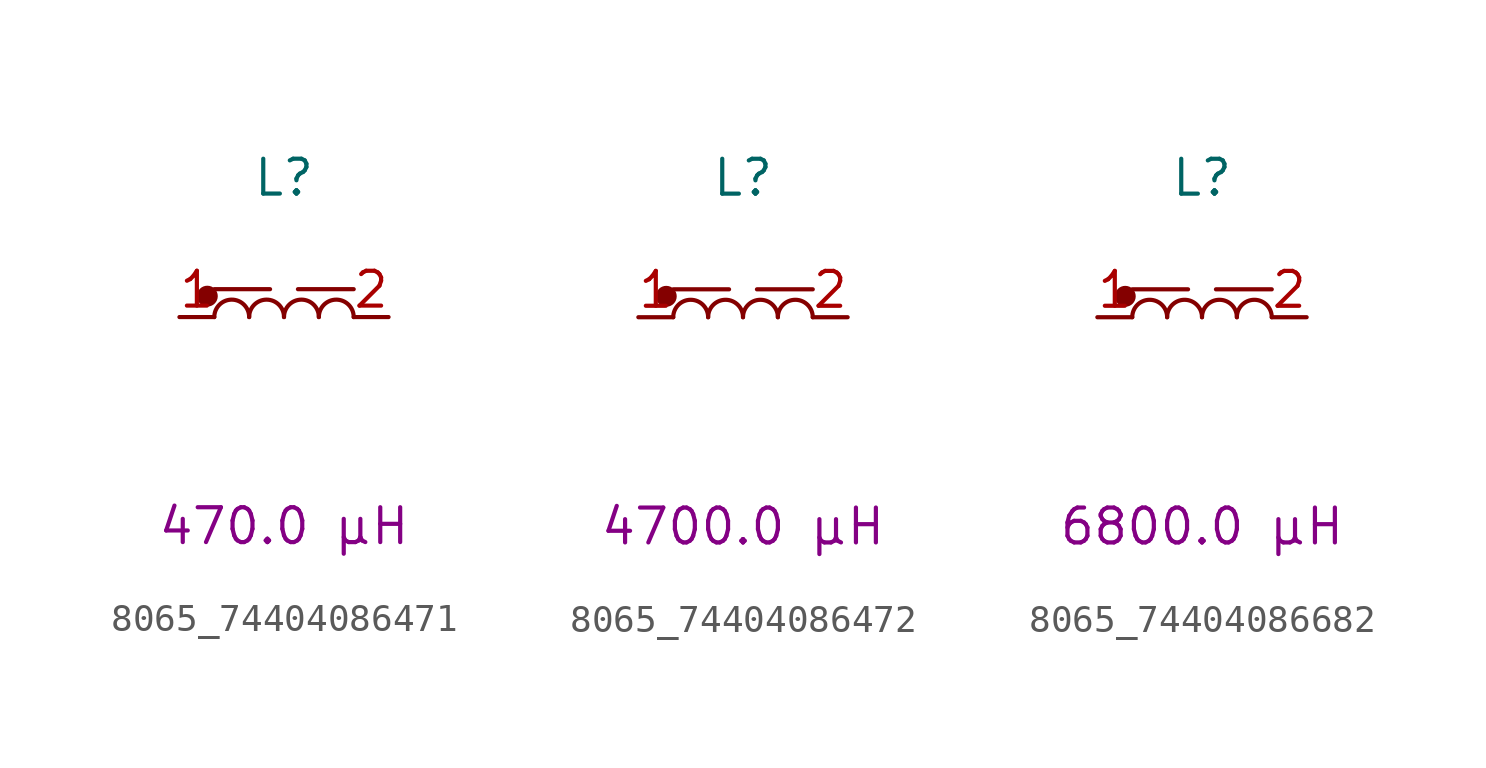
<source format=kicad_sym>
(kicad_symbol_lib
  (version 20220914)
  (generator kicad_symbol_editor)
  (symbol "8065_74404086471"
    (pin_names hide)
    (property "Reference" "L"
      (at 0 5.08 0)
      (effects (font (size 1.27 1.27))))
    (property "Critical Parameter" "470.0 µH"
      (at 0 -7.62 0)
      (effects (font (size 1.27 1.27))))
    (symbol "8065_74404086471_0_1"
      (arc (start -1.27 0) (mid -1.905 0.6323) (end -2.54 0) (stroke (width 0) (type default)) (fill (type none)))
      (arc (start 0 0) (mid -0.635 0.6323) (end -1.27 0) (stroke (width 0) (type default)) (fill (type none)))
      (polyline (pts (xy -2.54 1.016) (xy -0.508 1.016)) (stroke (width 0) (type default)) (fill (type none)))
      (arc (start 1.27 0) (mid 0.635 0.6323) (end 0 0) (stroke (width 0) (type default)) (fill (type none)))
      (arc (start 2.54 0) (mid 1.905 0.6323) (end 1.27 0) (stroke (width 0) (type default)) (fill (type none))))
    (symbol "8065_74404086471_1_1"
      (circle (center -2.794 0.762) (radius 0.0001) (stroke (width 0.381) (type default)) (fill (type none)))
      (polyline (pts (xy 2.54 1.016) (xy 0.508 1.016)) (stroke (width 0) (type default)) (fill (type none)))
      (pin passive line (at -3.81 0 0) (length 1.27) (name "1" (effects (font (size 1.27 1.27)))) (number "1" (effects (font (size 1.27 1.27)))))
      (pin passive line (at 3.81 0 180) (length 1.27) (name "2" (effects (font (size 1.27 1.27)))) (number "2" (effects (font (size 1.27 1.27)))))))
  (symbol "8065_74404086472"
    (pin_names hide)
    (property "Reference" "L"
      (at 0 5.08 0)
      (effects (font (size 1.27 1.27))))
    (property "Critical Parameter" "4700.0 µH"
      (at 0 -7.62 0)
      (effects (font (size 1.27 1.27))))
    (symbol "8065_74404086472_0_1"
      (arc (start -1.27 0) (mid -1.905 0.6323) (end -2.54 0) (stroke (width 0) (type default)) (fill (type none)))
      (arc (start 0 0) (mid -0.635 0.6323) (end -1.27 0) (stroke (width 0) (type default)) (fill (type none)))
      (polyline (pts (xy -2.54 1.016) (xy -0.508 1.016)) (stroke (width 0) (type default)) (fill (type none)))
      (arc (start 1.27 0) (mid 0.635 0.6323) (end 0 0) (stroke (width 0) (type default)) (fill (type none)))
      (arc (start 2.54 0) (mid 1.905 0.6323) (end 1.27 0) (stroke (width 0) (type default)) (fill (type none))))
    (symbol "8065_74404086472_1_1"
      (circle (center -2.794 0.762) (radius 0.0001) (stroke (width 0.381) (type default)) (fill (type none)))
      (polyline (pts (xy 2.54 1.016) (xy 0.508 1.016)) (stroke (width 0) (type default)) (fill (type none)))
      (pin passive line (at -3.81 0 0) (length 1.27) (name "1" (effects (font (size 1.27 1.27)))) (number "1" (effects (font (size 1.27 1.27)))))
      (pin passive line (at 3.81 0 180) (length 1.27) (name "2" (effects (font (size 1.27 1.27)))) (number "2" (effects (font (size 1.27 1.27)))))))
  (symbol "8065_74404086682"
    (pin_names hide)
    (property "Reference" "L"
      (at 0 5.08 0)
      (effects (font (size 1.27 1.27))))
    (property "Critical Parameter" "6800.0 µH"
      (at 0 -7.62 0)
      (effects (font (size 1.27 1.27))))
    (symbol "8065_74404086682_0_1"
      (arc (start -1.27 0) (mid -1.905 0.6323) (end -2.54 0) (stroke (width 0) (type default)) (fill (type none)))
      (arc (start 0 0) (mid -0.635 0.6323) (end -1.27 0) (stroke (width 0) (type default)) (fill (type none)))
      (polyline (pts (xy -2.54 1.016) (xy -0.508 1.016)) (stroke (width 0) (type default)) (fill (type none)))
      (arc (start 1.27 0) (mid 0.635 0.6323) (end 0 0) (stroke (width 0) (type default)) (fill (type none)))
      (arc (start 2.54 0) (mid 1.905 0.6323) (end 1.27 0) (stroke (width 0) (type default)) (fill (type none))))
    (symbol "8065_74404086682_1_1"
      (circle (center -2.794 0.762) (radius 0.0001) (stroke (width 0.381) (type default)) (fill (type none)))
      (polyline (pts (xy 2.54 1.016) (xy 0.508 1.016)) (stroke (width 0) (type default)) (fill (type none)))
      (pin passive line (at -3.81 0 0) (length 1.27) (name "1" (effects (font (size 1.27 1.27)))) (number "1" (effects (font (size 1.27 1.27)))))
      (pin passive line (at 3.81 0 180) (length 1.27) (name "2" (effects (font (size 1.27 1.27)))) (number "2" (effects (font (size 1.27 1.27))))))))
</source>
